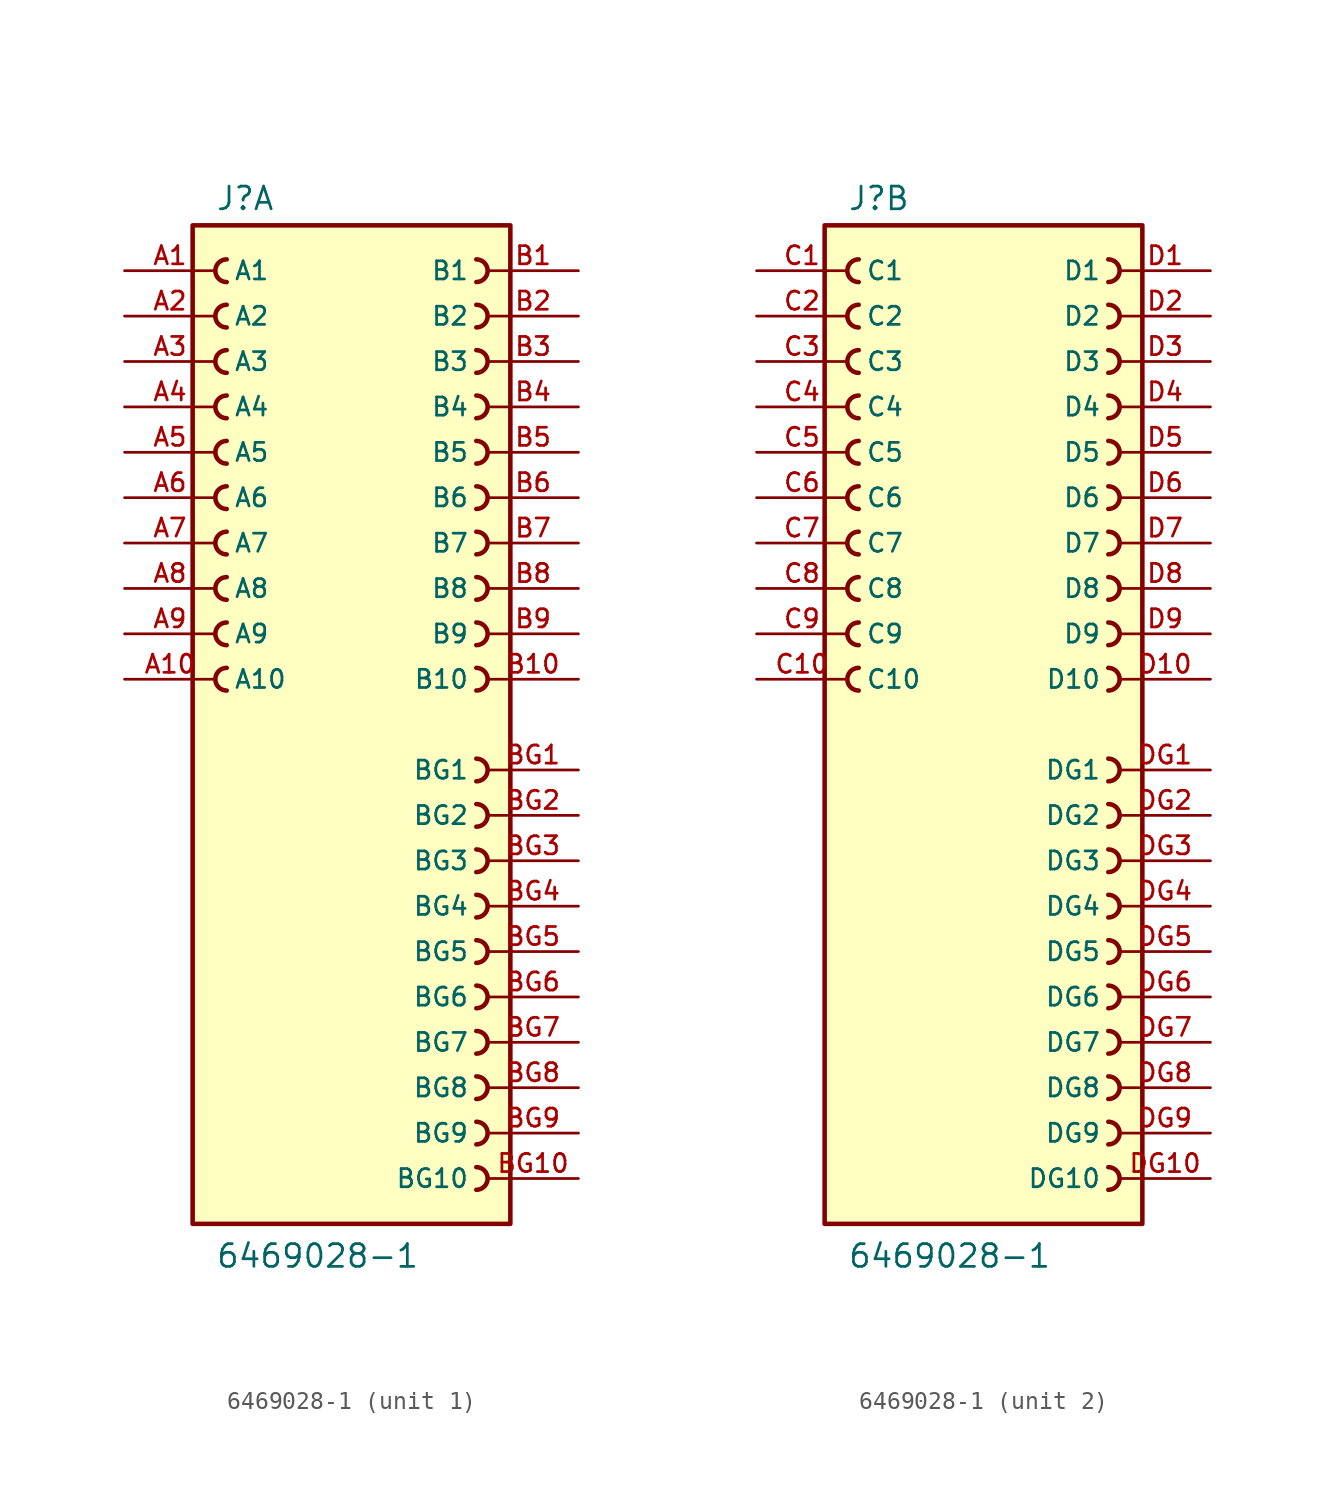
<source format=kicad_sym>
(kicad_symbol_lib
  (version 20211014)
  (generator kicad_symbol_editor)
  (symbol "6469028-1"
    (pin_names
      (offset 1.016))
    (property "Reference" "J"
      (at -7.62 28.702 0)
      (effects (font (size 1.27 1.27)) (justify bottom left)))
    (property "Value" "6469028-1"
      (at -7.62 -30.48 0)
      (effects (font (size 1.27 1.27)) (justify bottom left)))
    (symbol "6469028-1_1_0"
      (arc (start 6.985 24.765) (mid 7.62 25.4) (end 6.985 26.035) (stroke (width 0.254) (type default) (color 0 0 0 0)) (fill (type none)))
      (arc (start 6.985 22.225) (mid 7.62 22.86) (end 6.985 23.495) (stroke (width 0.254) (type default) (color 0 0 0 0)) (fill (type none)))
      (arc (start 6.985 19.685) (mid 7.62 20.32) (end 6.985 20.955) (stroke (width 0.254) (type default) (color 0 0 0 0)) (fill (type none)))
      (arc (start 6.985 17.145) (mid 7.62 17.78) (end 6.985 18.415) (stroke (width 0.254) (type default) (color 0 0 0 0)) (fill (type none)))
      (arc (start 6.985 14.605) (mid 7.62 15.24) (end 6.985 15.875) (stroke (width 0.254) (type default) (color 0 0 0 0)) (fill (type none)))
      (arc (start 6.985 12.065) (mid 7.62 12.7) (end 6.985 13.335) (stroke (width 0.254) (type default) (color 0 0 0 0)) (fill (type none)))
      (arc (start 6.985 9.525) (mid 7.62 10.16) (end 6.985 10.795) (stroke (width 0.254) (type default) (color 0 0 0 0)) (fill (type none)))
      (arc (start 6.985 6.985) (mid 7.62 7.62) (end 6.985 8.255) (stroke (width 0.254) (type default) (color 0 0 0 0)) (fill (type none)))
      (arc (start 6.985 4.445) (mid 7.62 5.08) (end 6.985 5.715) (stroke (width 0.254) (type default) (color 0 0 0 0)) (fill (type none)))
      (arc (start 6.985 1.905) (mid 7.62 2.54) (end 6.985 3.175) (stroke (width 0.254) (type default) (color 0 0 0 0)) (fill (type none)))
      (arc (start -6.985 3.175) (mid -7.62 2.54) (end -6.985 1.905) (stroke (width 0.254) (type default) (color 0 0 0 0)) (fill (type none)))
      (arc (start -6.985 5.715) (mid -7.62 5.08) (end -6.985 4.445) (stroke (width 0.254) (type default) (color 0 0 0 0)) (fill (type none)))
      (arc (start -6.985 8.255) (mid -7.62 7.62) (end -6.985 6.985) (stroke (width 0.254) (type default) (color 0 0 0 0)) (fill (type none)))
      (arc (start -6.985 10.795) (mid -7.62 10.16) (end -6.985 9.525) (stroke (width 0.254) (type default) (color 0 0 0 0)) (fill (type none)))
      (arc (start -6.985 13.335) (mid -7.62 12.7) (end -6.985 12.065) (stroke (width 0.254) (type default) (color 0 0 0 0)) (fill (type none)))
      (arc (start -6.985 15.875) (mid -7.62 15.24) (end -6.985 14.605) (stroke (width 0.254) (type default) (color 0 0 0 0)) (fill (type none)))
      (arc (start -6.985 18.415) (mid -7.62 17.78) (end -6.985 17.145) (stroke (width 0.254) (type default) (color 0 0 0 0)) (fill (type none)))
      (arc (start -6.985 20.955) (mid -7.62 20.32) (end -6.985 19.685) (stroke (width 0.254) (type default) (color 0 0 0 0)) (fill (type none)))
      (arc (start -6.985 23.495) (mid -7.62 22.86) (end -6.985 22.225) (stroke (width 0.254) (type default) (color 0 0 0 0)) (fill (type none)))
      (arc (start -6.985 26.035) (mid -7.62 25.4) (end -6.985 24.765) (stroke (width 0.254) (type default) (color 0 0 0 0)) (fill (type none)))
      (arc (start 6.985 -3.175) (mid 7.62 -2.54) (end 6.985 -1.905) (stroke (width 0.254) (type default) (color 0 0 0 0)) (fill (type none)))
      (arc (start 6.985 -5.715) (mid 7.62 -5.08) (end 6.985 -4.445) (stroke (width 0.254) (type default) (color 0 0 0 0)) (fill (type none)))
      (arc (start 6.985 -8.255) (mid 7.62 -7.62) (end 6.985 -6.985) (stroke (width 0.254) (type default) (color 0 0 0 0)) (fill (type none)))
      (arc (start 6.985 -10.795) (mid 7.62 -10.16) (end 6.985 -9.525) (stroke (width 0.254) (type default) (color 0 0 0 0)) (fill (type none)))
      (arc (start 6.985 -13.335) (mid 7.62 -12.7) (end 6.985 -12.065) (stroke (width 0.254) (type default) (color 0 0 0 0)) (fill (type none)))
      (arc (start 6.985 -15.875) (mid 7.62 -15.24) (end 6.985 -14.605) (stroke (width 0.254) (type default) (color 0 0 0 0)) (fill (type none)))
      (arc (start 6.985 -18.415) (mid 7.62 -17.78) (end 6.985 -17.145) (stroke (width 0.254) (type default) (color 0 0 0 0)) (fill (type none)))
      (arc (start 6.985 -20.955) (mid 7.62 -20.32) (end 6.985 -19.685) (stroke (width 0.254) (type default) (color 0 0 0 0)) (fill (type none)))
      (arc (start 6.985 -23.495) (mid 7.62 -22.86) (end 6.985 -22.225) (stroke (width 0.254) (type default) (color 0 0 0 0)) (fill (type none)))
      (arc (start 6.985 -26.035) (mid 7.62 -25.4) (end 6.985 -24.765) (stroke (width 0.254) (type default) (color 0 0 0 0)) (fill (type none)))
      (rectangle (start -8.89 -27.94) (end 8.89 27.94) (stroke (width 0.254)) (fill (type background)))
      (pin passive line (at -12.7 25.4 0) (length 5.08) (name "A1" (effects (font (size 1.016 1.016)))) (number "A1" (effects (font (size 1.016 1.016)))))
      (pin passive line (at 12.7 25.4 180.0) (length 5.08) (name "B1" (effects (font (size 1.016 1.016)))) (number "B1" (effects (font (size 1.016 1.016)))))
      (pin power_in line (at 12.7 -2.54 180.0) (length 5.08) (name "BG1" (effects (font (size 1.016 1.016)))) (number "BG1" (effects (font (size 1.016 1.016)))))
      (pin passive line (at -12.7 22.86 0) (length 5.08) (name "A2" (effects (font (size 1.016 1.016)))) (number "A2" (effects (font (size 1.016 1.016)))))
      (pin passive line (at 12.7 22.86 180.0) (length 5.08) (name "B2" (effects (font (size 1.016 1.016)))) (number "B2" (effects (font (size 1.016 1.016)))))
      (pin power_in line (at 12.7 -5.08 180.0) (length 5.08) (name "BG2" (effects (font (size 1.016 1.016)))) (number "BG2" (effects (font (size 1.016 1.016)))))
      (pin passive line (at -12.7 20.32 0) (length 5.08) (name "A3" (effects (font (size 1.016 1.016)))) (number "A3" (effects (font (size 1.016 1.016)))))
      (pin passive line (at 12.7 20.32 180.0) (length 5.08) (name "B3" (effects (font (size 1.016 1.016)))) (number "B3" (effects (font (size 1.016 1.016)))))
      (pin power_in line (at 12.7 -7.62 180.0) (length 5.08) (name "BG3" (effects (font (size 1.016 1.016)))) (number "BG3" (effects (font (size 1.016 1.016)))))
      (pin passive line (at -12.7 17.78 0) (length 5.08) (name "A4" (effects (font (size 1.016 1.016)))) (number "A4" (effects (font (size 1.016 1.016)))))
      (pin passive line (at 12.7 17.78 180.0) (length 5.08) (name "B4" (effects (font (size 1.016 1.016)))) (number "B4" (effects (font (size 1.016 1.016)))))
      (pin power_in line (at 12.7 -10.16 180.0) (length 5.08) (name "BG4" (effects (font (size 1.016 1.016)))) (number "BG4" (effects (font (size 1.016 1.016)))))
      (pin passive line (at -12.7 15.24 0) (length 5.08) (name "A5" (effects (font (size 1.016 1.016)))) (number "A5" (effects (font (size 1.016 1.016)))))
      (pin passive line (at 12.7 15.24 180.0) (length 5.08) (name "B5" (effects (font (size 1.016 1.016)))) (number "B5" (effects (font (size 1.016 1.016)))))
      (pin power_in line (at 12.7 -12.7 180.0) (length 5.08) (name "BG5" (effects (font (size 1.016 1.016)))) (number "BG5" (effects (font (size 1.016 1.016)))))
      (pin passive line (at -12.7 12.7 0) (length 5.08) (name "A6" (effects (font (size 1.016 1.016)))) (number "A6" (effects (font (size 1.016 1.016)))))
      (pin passive line (at 12.7 12.7 180.0) (length 5.08) (name "B6" (effects (font (size 1.016 1.016)))) (number "B6" (effects (font (size 1.016 1.016)))))
      (pin power_in line (at 12.7 -15.24 180.0) (length 5.08) (name "BG6" (effects (font (size 1.016 1.016)))) (number "BG6" (effects (font (size 1.016 1.016)))))
      (pin passive line (at -12.7 10.16 0) (length 5.08) (name "A7" (effects (font (size 1.016 1.016)))) (number "A7" (effects (font (size 1.016 1.016)))))
      (pin passive line (at 12.7 10.16 180.0) (length 5.08) (name "B7" (effects (font (size 1.016 1.016)))) (number "B7" (effects (font (size 1.016 1.016)))))
      (pin power_in line (at 12.7 -17.78 180.0) (length 5.08) (name "BG7" (effects (font (size 1.016 1.016)))) (number "BG7" (effects (font (size 1.016 1.016)))))
      (pin passive line (at -12.7 7.62 0) (length 5.08) (name "A8" (effects (font (size 1.016 1.016)))) (number "A8" (effects (font (size 1.016 1.016)))))
      (pin passive line (at 12.7 7.62 180.0) (length 5.08) (name "B8" (effects (font (size 1.016 1.016)))) (number "B8" (effects (font (size 1.016 1.016)))))
      (pin power_in line (at 12.7 -20.32 180.0) (length 5.08) (name "BG8" (effects (font (size 1.016 1.016)))) (number "BG8" (effects (font (size 1.016 1.016)))))
      (pin passive line (at -12.7 5.08 0) (length 5.08) (name "A9" (effects (font (size 1.016 1.016)))) (number "A9" (effects (font (size 1.016 1.016)))))
      (pin passive line (at 12.7 5.08 180.0) (length 5.08) (name "B9" (effects (font (size 1.016 1.016)))) (number "B9" (effects (font (size 1.016 1.016)))))
      (pin power_in line (at 12.7 -22.86 180.0) (length 5.08) (name "BG9" (effects (font (size 1.016 1.016)))) (number "BG9" (effects (font (size 1.016 1.016)))))
      (pin passive line (at -12.7 2.54 0) (length 5.08) (name "A10" (effects (font (size 1.016 1.016)))) (number "A10" (effects (font (size 1.016 1.016)))))
      (pin passive line (at 12.7 2.54 180.0) (length 5.08) (name "B10" (effects (font (size 1.016 1.016)))) (number "B10" (effects (font (size 1.016 1.016)))))
      (pin power_in line (at 12.7 -25.4 180.0) (length 5.08) (name "BG10" (effects (font (size 1.016 1.016)))) (number "BG10" (effects (font (size 1.016 1.016))))))
    (symbol "6469028-1_2_0"
      (arc (start 6.985 24.765) (mid 7.62 25.4) (end 6.985 26.035) (stroke (width 0.254) (type default) (color 0 0 0 0)) (fill (type none)))
      (arc (start 6.985 22.225) (mid 7.62 22.86) (end 6.985 23.495) (stroke (width 0.254) (type default) (color 0 0 0 0)) (fill (type none)))
      (arc (start 6.985 19.685) (mid 7.62 20.32) (end 6.985 20.955) (stroke (width 0.254) (type default) (color 0 0 0 0)) (fill (type none)))
      (arc (start 6.985 17.145) (mid 7.62 17.78) (end 6.985 18.415) (stroke (width 0.254) (type default) (color 0 0 0 0)) (fill (type none)))
      (arc (start 6.985 14.605) (mid 7.62 15.24) (end 6.985 15.875) (stroke (width 0.254) (type default) (color 0 0 0 0)) (fill (type none)))
      (arc (start 6.985 12.065) (mid 7.62 12.7) (end 6.985 13.335) (stroke (width 0.254) (type default) (color 0 0 0 0)) (fill (type none)))
      (arc (start 6.985 9.525) (mid 7.62 10.16) (end 6.985 10.795) (stroke (width 0.254) (type default) (color 0 0 0 0)) (fill (type none)))
      (arc (start 6.985 6.985) (mid 7.62 7.62) (end 6.985 8.255) (stroke (width 0.254) (type default) (color 0 0 0 0)) (fill (type none)))
      (arc (start 6.985 4.445) (mid 7.62 5.08) (end 6.985 5.715) (stroke (width 0.254) (type default) (color 0 0 0 0)) (fill (type none)))
      (arc (start 6.985 1.905) (mid 7.62 2.54) (end 6.985 3.175) (stroke (width 0.254) (type default) (color 0 0 0 0)) (fill (type none)))
      (arc (start -6.985 3.175) (mid -7.62 2.54) (end -6.985 1.905) (stroke (width 0.254) (type default) (color 0 0 0 0)) (fill (type none)))
      (arc (start -6.985 5.715) (mid -7.62 5.08) (end -6.985 4.445) (stroke (width 0.254) (type default) (color 0 0 0 0)) (fill (type none)))
      (arc (start -6.985 8.255) (mid -7.62 7.62) (end -6.985 6.985) (stroke (width 0.254) (type default) (color 0 0 0 0)) (fill (type none)))
      (arc (start -6.985 10.795) (mid -7.62 10.16) (end -6.985 9.525) (stroke (width 0.254) (type default) (color 0 0 0 0)) (fill (type none)))
      (arc (start -6.985 13.335) (mid -7.62 12.7) (end -6.985 12.065) (stroke (width 0.254) (type default) (color 0 0 0 0)) (fill (type none)))
      (arc (start -6.985 15.875) (mid -7.62 15.24) (end -6.985 14.605) (stroke (width 0.254) (type default) (color 0 0 0 0)) (fill (type none)))
      (arc (start -6.985 18.415) (mid -7.62 17.78) (end -6.985 17.145) (stroke (width 0.254) (type default) (color 0 0 0 0)) (fill (type none)))
      (arc (start -6.985 20.955) (mid -7.62 20.32) (end -6.985 19.685) (stroke (width 0.254) (type default) (color 0 0 0 0)) (fill (type none)))
      (arc (start -6.985 23.495) (mid -7.62 22.86) (end -6.985 22.225) (stroke (width 0.254) (type default) (color 0 0 0 0)) (fill (type none)))
      (arc (start -6.985 26.035) (mid -7.62 25.4) (end -6.985 24.765) (stroke (width 0.254) (type default) (color 0 0 0 0)) (fill (type none)))
      (arc (start 6.985 -3.175) (mid 7.62 -2.54) (end 6.985 -1.905) (stroke (width 0.254) (type default) (color 0 0 0 0)) (fill (type none)))
      (arc (start 6.985 -5.715) (mid 7.62 -5.08) (end 6.985 -4.445) (stroke (width 0.254) (type default) (color 0 0 0 0)) (fill (type none)))
      (arc (start 6.985 -8.255) (mid 7.62 -7.62) (end 6.985 -6.985) (stroke (width 0.254) (type default) (color 0 0 0 0)) (fill (type none)))
      (arc (start 6.985 -10.795) (mid 7.62 -10.16) (end 6.985 -9.525) (stroke (width 0.254) (type default) (color 0 0 0 0)) (fill (type none)))
      (arc (start 6.985 -13.335) (mid 7.62 -12.7) (end 6.985 -12.065) (stroke (width 0.254) (type default) (color 0 0 0 0)) (fill (type none)))
      (arc (start 6.985 -15.875) (mid 7.62 -15.24) (end 6.985 -14.605) (stroke (width 0.254) (type default) (color 0 0 0 0)) (fill (type none)))
      (arc (start 6.985 -18.415) (mid 7.62 -17.78) (end 6.985 -17.145) (stroke (width 0.254) (type default) (color 0 0 0 0)) (fill (type none)))
      (arc (start 6.985 -20.955) (mid 7.62 -20.32) (end 6.985 -19.685) (stroke (width 0.254) (type default) (color 0 0 0 0)) (fill (type none)))
      (arc (start 6.985 -23.495) (mid 7.62 -22.86) (end 6.985 -22.225) (stroke (width 0.254) (type default) (color 0 0 0 0)) (fill (type none)))
      (arc (start 6.985 -26.035) (mid 7.62 -25.4) (end 6.985 -24.765) (stroke (width 0.254) (type default) (color 0 0 0 0)) (fill (type none)))
      (rectangle (start -8.89 -27.94) (end 8.89 27.94) (stroke (width 0.254)) (fill (type background)))
      (pin passive line (at -12.7 25.4 0) (length 5.08) (name "C1" (effects (font (size 1.016 1.016)))) (number "C1" (effects (font (size 1.016 1.016)))))
      (pin passive line (at 12.7 25.4 180.0) (length 5.08) (name "D1" (effects (font (size 1.016 1.016)))) (number "D1" (effects (font (size 1.016 1.016)))))
      (pin power_in line (at 12.7 -2.54 180.0) (length 5.08) (name "DG1" (effects (font (size 1.016 1.016)))) (number "DG1" (effects (font (size 1.016 1.016)))))
      (pin passive line (at -12.7 22.86 0) (length 5.08) (name "C2" (effects (font (size 1.016 1.016)))) (number "C2" (effects (font (size 1.016 1.016)))))
      (pin passive line (at 12.7 22.86 180.0) (length 5.08) (name "D2" (effects (font (size 1.016 1.016)))) (number "D2" (effects (font (size 1.016 1.016)))))
      (pin power_in line (at 12.7 -5.08 180.0) (length 5.08) (name "DG2" (effects (font (size 1.016 1.016)))) (number "DG2" (effects (font (size 1.016 1.016)))))
      (pin passive line (at -12.7 20.32 0) (length 5.08) (name "C3" (effects (font (size 1.016 1.016)))) (number "C3" (effects (font (size 1.016 1.016)))))
      (pin passive line (at 12.7 20.32 180.0) (length 5.08) (name "D3" (effects (font (size 1.016 1.016)))) (number "D3" (effects (font (size 1.016 1.016)))))
      (pin power_in line (at 12.7 -7.62 180.0) (length 5.08) (name "DG3" (effects (font (size 1.016 1.016)))) (number "DG3" (effects (font (size 1.016 1.016)))))
      (pin passive line (at -12.7 17.78 0) (length 5.08) (name "C4" (effects (font (size 1.016 1.016)))) (number "C4" (effects (font (size 1.016 1.016)))))
      (pin passive line (at 12.7 17.78 180.0) (length 5.08) (name "D4" (effects (font (size 1.016 1.016)))) (number "D4" (effects (font (size 1.016 1.016)))))
      (pin power_in line (at 12.7 -10.16 180.0) (length 5.08) (name "DG4" (effects (font (size 1.016 1.016)))) (number "DG4" (effects (font (size 1.016 1.016)))))
      (pin passive line (at -12.7 15.24 0) (length 5.08) (name "C5" (effects (font (size 1.016 1.016)))) (number "C5" (effects (font (size 1.016 1.016)))))
      (pin passive line (at 12.7 15.24 180.0) (length 5.08) (name "D5" (effects (font (size 1.016 1.016)))) (number "D5" (effects (font (size 1.016 1.016)))))
      (pin power_in line (at 12.7 -12.7 180.0) (length 5.08) (name "DG5" (effects (font (size 1.016 1.016)))) (number "DG5" (effects (font (size 1.016 1.016)))))
      (pin passive line (at -12.7 12.7 0) (length 5.08) (name "C6" (effects (font (size 1.016 1.016)))) (number "C6" (effects (font (size 1.016 1.016)))))
      (pin passive line (at 12.7 12.7 180.0) (length 5.08) (name "D6" (effects (font (size 1.016 1.016)))) (number "D6" (effects (font (size 1.016 1.016)))))
      (pin power_in line (at 12.7 -15.24 180.0) (length 5.08) (name "DG6" (effects (font (size 1.016 1.016)))) (number "DG6" (effects (font (size 1.016 1.016)))))
      (pin passive line (at -12.7 10.16 0) (length 5.08) (name "C7" (effects (font (size 1.016 1.016)))) (number "C7" (effects (font (size 1.016 1.016)))))
      (pin passive line (at 12.7 10.16 180.0) (length 5.08) (name "D7" (effects (font (size 1.016 1.016)))) (number "D7" (effects (font (size 1.016 1.016)))))
      (pin power_in line (at 12.7 -17.78 180.0) (length 5.08) (name "DG7" (effects (font (size 1.016 1.016)))) (number "DG7" (effects (font (size 1.016 1.016)))))
      (pin passive line (at -12.7 7.62 0) (length 5.08) (name "C8" (effects (font (size 1.016 1.016)))) (number "C8" (effects (font (size 1.016 1.016)))))
      (pin passive line (at 12.7 7.62 180.0) (length 5.08) (name "D8" (effects (font (size 1.016 1.016)))) (number "D8" (effects (font (size 1.016 1.016)))))
      (pin power_in line (at 12.7 -20.32 180.0) (length 5.08) (name "DG8" (effects (font (size 1.016 1.016)))) (number "DG8" (effects (font (size 1.016 1.016)))))
      (pin passive line (at -12.7 5.08 0) (length 5.08) (name "C9" (effects (font (size 1.016 1.016)))) (number "C9" (effects (font (size 1.016 1.016)))))
      (pin passive line (at 12.7 5.08 180.0) (length 5.08) (name "D9" (effects (font (size 1.016 1.016)))) (number "D9" (effects (font (size 1.016 1.016)))))
      (pin power_in line (at 12.7 -22.86 180.0) (length 5.08) (name "DG9" (effects (font (size 1.016 1.016)))) (number "DG9" (effects (font (size 1.016 1.016)))))
      (pin passive line (at -12.7 2.54 0) (length 5.08) (name "C10" (effects (font (size 1.016 1.016)))) (number "C10" (effects (font (size 1.016 1.016)))))
      (pin passive line (at 12.7 2.54 180.0) (length 5.08) (name "D10" (effects (font (size 1.016 1.016)))) (number "D10" (effects (font (size 1.016 1.016)))))
      (pin power_in line (at 12.7 -25.4 180.0) (length 5.08) (name "DG10" (effects (font (size 1.016 1.016)))) (number "DG10" (effects (font (size 1.016 1.016))))))))
</source>
